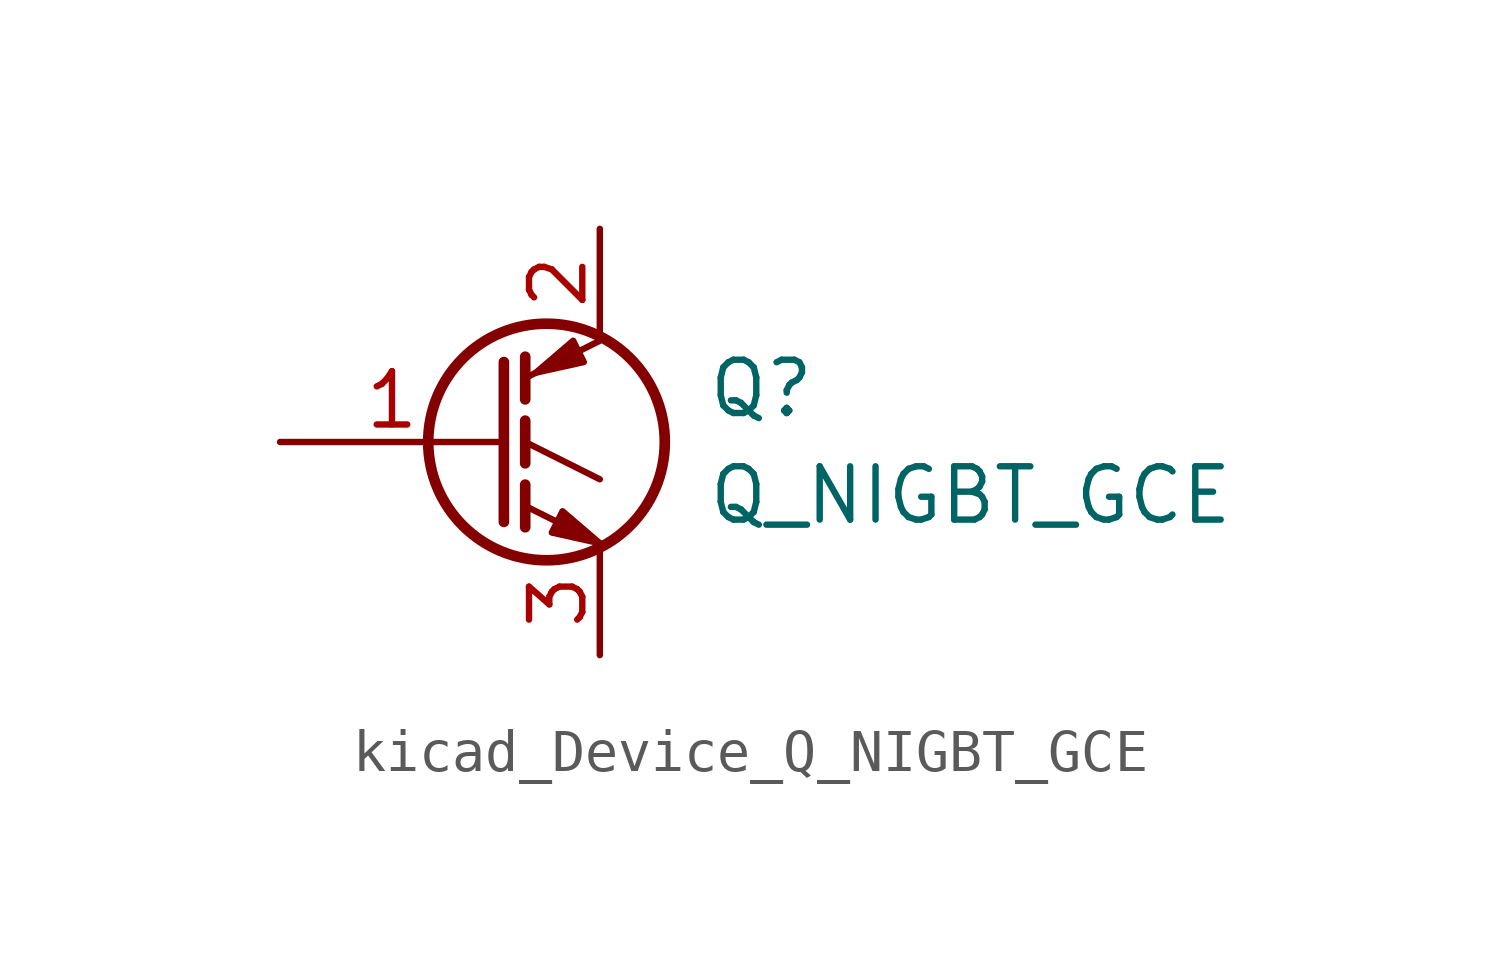
<source format=kicad_sym>
(kicad_symbol_lib
  (version 20220914)
  (generator kicad_symbol_editor)
  (symbol "kicad_Device_Q_NIGBT_GCE"
    (pin_names
      (offset 0) hide)
    (property "Reference" "Q"
      (at 5.08 1.27 0)
      (effects (font (size 1.27 1.27)) (justify left)))
    (property "Value" "Q_NIGBT_GCE"
      (at 5.08 -1.27 0)
      (effects (font (size 1.27 1.27)) (justify left)))
    (symbol "kicad_Device_Q_NIGBT_GCE_0_1"
      (polyline (pts (xy 0.762 -1.016) (xy 0.762 -2.032)) (stroke (width 0.254) (type default)) (fill (type none)))
      (polyline (pts (xy 0.762 0.508) (xy 0.762 -0.508)) (stroke (width 0.254) (type default)) (fill (type none)))
      (polyline (pts (xy 0.762 2.032) (xy 0.762 1.016)) (stroke (width 0.254) (type default)) (fill (type none)))
      (polyline (pts (xy 2.54 -2.413) (xy 0.762 -1.524)) (stroke (width 0) (type default)) (fill (type none)))
      (polyline (pts (xy 2.54 -0.889) (xy 0.762 0)) (stroke (width 0) (type default)) (fill (type none)))
      (polyline (pts (xy 2.54 2.413) (xy 0.762 1.524)) (stroke (width 0) (type default)) (fill (type none)))
      (polyline (pts (xy 0.254 1.905) (xy 0.254 -1.905) (xy 0.254 -1.905)) (stroke (width 0.254) (type default)) (fill (type none)))
      (polyline (pts (xy 1.397 -2.159) (xy 1.651 -1.651) (xy 2.54 -2.413) (xy 1.397 -2.159)) (stroke (width 0) (type default)) (fill (type outline)))
      (polyline (pts (xy 2.159 1.905) (xy 1.905 2.413) (xy 1.016 1.651) (xy 2.159 1.905)) (stroke (width 0) (type default)) (fill (type outline)))
      (circle (center 1.27 0) (radius 2.819) (stroke (width 0.254) (type default)) (fill (type none))))
    (symbol "kicad_Device_Q_NIGBT_GCE_1_1"
      (pin input line (at -5.08 0 0) (length 5.334) (name "G" (effects (font (size 1.27 1.27)))) (number "1" (effects (font (size 1.27 1.27)))))
      (pin passive line (at 2.54 5.08 270) (length 2.54) (name "C" (effects (font (size 1.27 1.27)))) (number "2" (effects (font (size 1.27 1.27)))))
      (pin passive line (at 2.54 -5.08 90) (length 2.54) (name "E" (effects (font (size 1.27 1.27)))) (number "3" (effects (font (size 1.27 1.27))))))))
</source>
